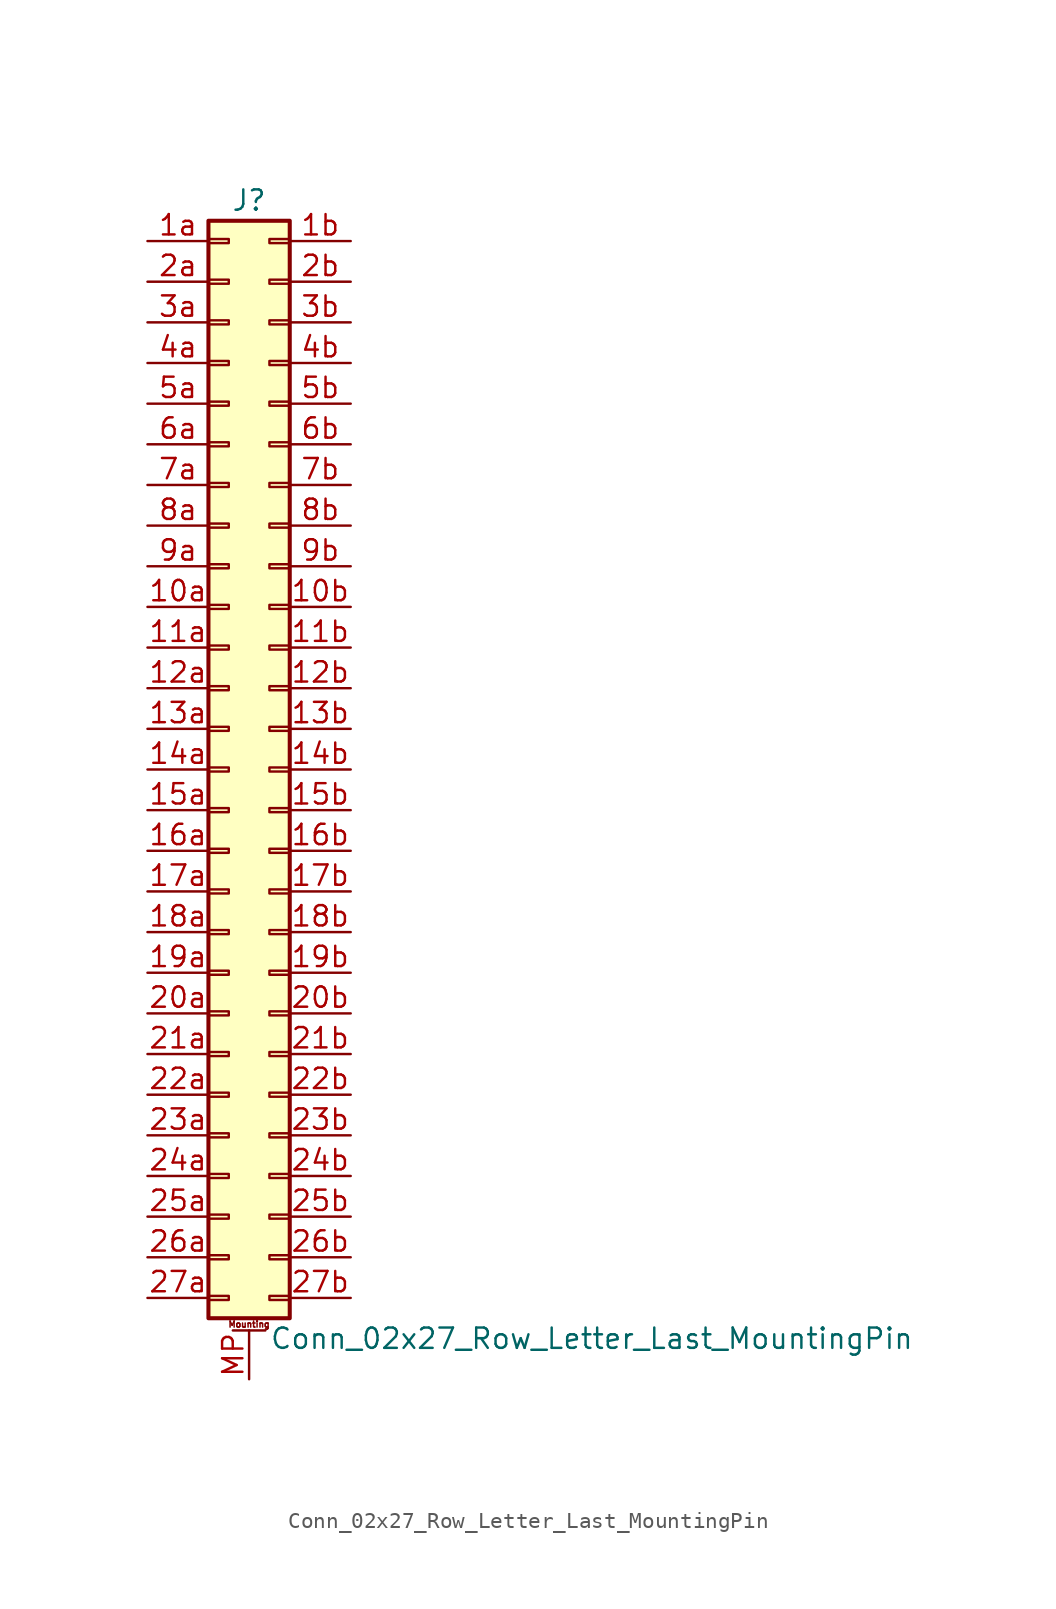
<source format=kicad_sym>
(kicad_symbol_lib
  (version 20201005)
  (generator kicad_symbol_editor)
  (symbol "Conn_02x27_Row_Letter_Last_MountingPin"
    (pin_names
      (offset 1.016) hide)
    (property "Reference" "J"
      (at 1.27 35.56 0)
      (effects (font (size 1.27 1.27))))
    (property "Value" "Conn_02x27_Row_Letter_Last_MountingPin"
      (at 2.54 -35.56 0)
      (effects (font (size 1.27 1.27)) (justify left)))
    (symbol "Conn_02x27_Row_Letter_Last_MountingPin_1_1"
      (text "Mounting" (at 1.27 -34.671 0) (effects (font (size 0.381 0.381))))
      (rectangle (start -1.27 -32.893) (end 0 -33.147) (stroke (width 0.152)) (fill (type none)))
      (rectangle (start -1.27 -30.353) (end 0 -30.607) (stroke (width 0.152)) (fill (type none)))
      (rectangle (start -1.27 -27.813) (end 0 -28.067) (stroke (width 0.152)) (fill (type none)))
      (rectangle (start -1.27 -25.273) (end 0 -25.527) (stroke (width 0.152)) (fill (type none)))
      (rectangle (start -1.27 -22.733) (end 0 -22.987) (stroke (width 0.152)) (fill (type none)))
      (rectangle (start -1.27 -20.193) (end 0 -20.447) (stroke (width 0.152)) (fill (type none)))
      (rectangle (start -1.27 -17.653) (end 0 -17.907) (stroke (width 0.152)) (fill (type none)))
      (rectangle (start -1.27 -15.113) (end 0 -15.367) (stroke (width 0.152)) (fill (type none)))
      (rectangle (start -1.27 -12.573) (end 0 -12.827) (stroke (width 0.152)) (fill (type none)))
      (rectangle (start -1.27 -10.033) (end 0 -10.287) (stroke (width 0.152)) (fill (type none)))
      (rectangle (start -1.27 -7.493) (end 0 -7.747) (stroke (width 0.152)) (fill (type none)))
      (rectangle (start -1.27 -4.953) (end 0 -5.207) (stroke (width 0.152)) (fill (type none)))
      (rectangle (start -1.27 -2.413) (end 0 -2.667) (stroke (width 0.152)) (fill (type none)))
      (rectangle (start -1.27 0.127) (end 0 -0.127) (stroke (width 0.152)) (fill (type none)))
      (rectangle (start -1.27 2.667) (end 0 2.413) (stroke (width 0.152)) (fill (type none)))
      (rectangle (start -1.27 5.207) (end 0 4.953) (stroke (width 0.152)) (fill (type none)))
      (rectangle (start -1.27 7.747) (end 0 7.493) (stroke (width 0.152)) (fill (type none)))
      (rectangle (start -1.27 10.287) (end 0 10.033) (stroke (width 0.152)) (fill (type none)))
      (rectangle (start -1.27 12.827) (end 0 12.573) (stroke (width 0.152)) (fill (type none)))
      (rectangle (start -1.27 15.367) (end 0 15.113) (stroke (width 0.152)) (fill (type none)))
      (rectangle (start -1.27 17.907) (end 0 17.653) (stroke (width 0.152)) (fill (type none)))
      (rectangle (start -1.27 20.447) (end 0 20.193) (stroke (width 0.152)) (fill (type none)))
      (rectangle (start -1.27 22.987) (end 0 22.733) (stroke (width 0.152)) (fill (type none)))
      (rectangle (start -1.27 25.527) (end 0 25.273) (stroke (width 0.152)) (fill (type none)))
      (rectangle (start -1.27 28.067) (end 0 27.813) (stroke (width 0.152)) (fill (type none)))
      (rectangle (start -1.27 30.607) (end 0 30.353) (stroke (width 0.152)) (fill (type none)))
      (rectangle (start -1.27 33.147) (end 0 32.893) (stroke (width 0.152)) (fill (type none)))
      (rectangle (start -1.27 34.29) (end 3.81 -34.29) (stroke (width 0.254)) (fill (type background)))
      (rectangle (start 3.81 -32.893) (end 2.54 -33.147) (stroke (width 0.152)) (fill (type none)))
      (rectangle (start 3.81 -30.353) (end 2.54 -30.607) (stroke (width 0.152)) (fill (type none)))
      (rectangle (start 3.81 -27.813) (end 2.54 -28.067) (stroke (width 0.152)) (fill (type none)))
      (rectangle (start 3.81 -25.273) (end 2.54 -25.527) (stroke (width 0.152)) (fill (type none)))
      (rectangle (start 3.81 -22.733) (end 2.54 -22.987) (stroke (width 0.152)) (fill (type none)))
      (rectangle (start 3.81 -20.193) (end 2.54 -20.447) (stroke (width 0.152)) (fill (type none)))
      (rectangle (start 3.81 -17.653) (end 2.54 -17.907) (stroke (width 0.152)) (fill (type none)))
      (rectangle (start 3.81 -15.113) (end 2.54 -15.367) (stroke (width 0.152)) (fill (type none)))
      (rectangle (start 3.81 -12.573) (end 2.54 -12.827) (stroke (width 0.152)) (fill (type none)))
      (rectangle (start 3.81 -10.033) (end 2.54 -10.287) (stroke (width 0.152)) (fill (type none)))
      (rectangle (start 3.81 -7.493) (end 2.54 -7.747) (stroke (width 0.152)) (fill (type none)))
      (rectangle (start 3.81 -4.953) (end 2.54 -5.207) (stroke (width 0.152)) (fill (type none)))
      (rectangle (start 3.81 -2.413) (end 2.54 -2.667) (stroke (width 0.152)) (fill (type none)))
      (rectangle (start 3.81 0.127) (end 2.54 -0.127) (stroke (width 0.152)) (fill (type none)))
      (rectangle (start 3.81 2.667) (end 2.54 2.413) (stroke (width 0.152)) (fill (type none)))
      (rectangle (start 3.81 5.207) (end 2.54 4.953) (stroke (width 0.152)) (fill (type none)))
      (rectangle (start 3.81 7.747) (end 2.54 7.493) (stroke (width 0.152)) (fill (type none)))
      (rectangle (start 3.81 10.287) (end 2.54 10.033) (stroke (width 0.152)) (fill (type none)))
      (rectangle (start 3.81 12.827) (end 2.54 12.573) (stroke (width 0.152)) (fill (type none)))
      (rectangle (start 3.81 15.367) (end 2.54 15.113) (stroke (width 0.152)) (fill (type none)))
      (rectangle (start 3.81 17.907) (end 2.54 17.653) (stroke (width 0.152)) (fill (type none)))
      (rectangle (start 3.81 20.447) (end 2.54 20.193) (stroke (width 0.152)) (fill (type none)))
      (rectangle (start 3.81 22.987) (end 2.54 22.733) (stroke (width 0.152)) (fill (type none)))
      (rectangle (start 3.81 25.527) (end 2.54 25.273) (stroke (width 0.152)) (fill (type none)))
      (rectangle (start 3.81 28.067) (end 2.54 27.813) (stroke (width 0.152)) (fill (type none)))
      (rectangle (start 3.81 30.607) (end 2.54 30.353) (stroke (width 0.152)) (fill (type none)))
      (rectangle (start 3.81 33.147) (end 2.54 32.893) (stroke (width 0.152)) (fill (type none)))
      (polyline (pts (xy 0.254 -35.052) (xy 2.286 -35.052)) (stroke (width 0.152)) (fill (type none)))
      (pin passive line (at -5.08 10.16 0) (length 3.81) (name "Pin_10a" (effects (font (size 1.27 1.27)))) (number "10a" (effects (font (size 1.27 1.27)))))
      (pin passive line (at 7.62 10.16 180) (length 3.81) (name "Pin_10b" (effects (font (size 1.27 1.27)))) (number "10b" (effects (font (size 1.27 1.27)))))
      (pin passive line (at -5.08 7.62 0) (length 3.81) (name "Pin_11a" (effects (font (size 1.27 1.27)))) (number "11a" (effects (font (size 1.27 1.27)))))
      (pin passive line (at 7.62 7.62 180) (length 3.81) (name "Pin_11b" (effects (font (size 1.27 1.27)))) (number "11b" (effects (font (size 1.27 1.27)))))
      (pin passive line (at -5.08 5.08 0) (length 3.81) (name "Pin_12a" (effects (font (size 1.27 1.27)))) (number "12a" (effects (font (size 1.27 1.27)))))
      (pin passive line (at 7.62 5.08 180) (length 3.81) (name "Pin_12b" (effects (font (size 1.27 1.27)))) (number "12b" (effects (font (size 1.27 1.27)))))
      (pin passive line (at -5.08 2.54 0) (length 3.81) (name "Pin_13a" (effects (font (size 1.27 1.27)))) (number "13a" (effects (font (size 1.27 1.27)))))
      (pin passive line (at 7.62 2.54 180) (length 3.81) (name "Pin_13b" (effects (font (size 1.27 1.27)))) (number "13b" (effects (font (size 1.27 1.27)))))
      (pin passive line (at -5.08 0 0) (length 3.81) (name "Pin_14a" (effects (font (size 1.27 1.27)))) (number "14a" (effects (font (size 1.27 1.27)))))
      (pin passive line (at 7.62 0 180) (length 3.81) (name "Pin_14b" (effects (font (size 1.27 1.27)))) (number "14b" (effects (font (size 1.27 1.27)))))
      (pin passive line (at -5.08 -2.54 0) (length 3.81) (name "Pin_15a" (effects (font (size 1.27 1.27)))) (number "15a" (effects (font (size 1.27 1.27)))))
      (pin passive line (at 7.62 -2.54 180) (length 3.81) (name "Pin_15b" (effects (font (size 1.27 1.27)))) (number "15b" (effects (font (size 1.27 1.27)))))
      (pin passive line (at -5.08 -5.08 0) (length 3.81) (name "Pin_16a" (effects (font (size 1.27 1.27)))) (number "16a" (effects (font (size 1.27 1.27)))))
      (pin passive line (at 7.62 -5.08 180) (length 3.81) (name "Pin_16b" (effects (font (size 1.27 1.27)))) (number "16b" (effects (font (size 1.27 1.27)))))
      (pin passive line (at -5.08 -7.62 0) (length 3.81) (name "Pin_17a" (effects (font (size 1.27 1.27)))) (number "17a" (effects (font (size 1.27 1.27)))))
      (pin passive line (at 7.62 -7.62 180) (length 3.81) (name "Pin_17b" (effects (font (size 1.27 1.27)))) (number "17b" (effects (font (size 1.27 1.27)))))
      (pin passive line (at -5.08 -10.16 0) (length 3.81) (name "Pin_18a" (effects (font (size 1.27 1.27)))) (number "18a" (effects (font (size 1.27 1.27)))))
      (pin passive line (at 7.62 -10.16 180) (length 3.81) (name "Pin_18b" (effects (font (size 1.27 1.27)))) (number "18b" (effects (font (size 1.27 1.27)))))
      (pin passive line (at -5.08 -12.7 0) (length 3.81) (name "Pin_19a" (effects (font (size 1.27 1.27)))) (number "19a" (effects (font (size 1.27 1.27)))))
      (pin passive line (at 7.62 -12.7 180) (length 3.81) (name "Pin_19b" (effects (font (size 1.27 1.27)))) (number "19b" (effects (font (size 1.27 1.27)))))
      (pin passive line (at -5.08 33.02 0) (length 3.81) (name "Pin_1a" (effects (font (size 1.27 1.27)))) (number "1a" (effects (font (size 1.27 1.27)))))
      (pin passive line (at 7.62 33.02 180) (length 3.81) (name "Pin_1b" (effects (font (size 1.27 1.27)))) (number "1b" (effects (font (size 1.27 1.27)))))
      (pin passive line (at -5.08 -15.24 0) (length 3.81) (name "Pin_20a" (effects (font (size 1.27 1.27)))) (number "20a" (effects (font (size 1.27 1.27)))))
      (pin passive line (at 7.62 -15.24 180) (length 3.81) (name "Pin_20b" (effects (font (size 1.27 1.27)))) (number "20b" (effects (font (size 1.27 1.27)))))
      (pin passive line (at -5.08 -17.78 0) (length 3.81) (name "Pin_21a" (effects (font (size 1.27 1.27)))) (number "21a" (effects (font (size 1.27 1.27)))))
      (pin passive line (at 7.62 -17.78 180) (length 3.81) (name "Pin_21b" (effects (font (size 1.27 1.27)))) (number "21b" (effects (font (size 1.27 1.27)))))
      (pin passive line (at -5.08 -20.32 0) (length 3.81) (name "Pin_22a" (effects (font (size 1.27 1.27)))) (number "22a" (effects (font (size 1.27 1.27)))))
      (pin passive line (at 7.62 -20.32 180) (length 3.81) (name "Pin_22b" (effects (font (size 1.27 1.27)))) (number "22b" (effects (font (size 1.27 1.27)))))
      (pin passive line (at -5.08 -22.86 0) (length 3.81) (name "Pin_23a" (effects (font (size 1.27 1.27)))) (number "23a" (effects (font (size 1.27 1.27)))))
      (pin passive line (at 7.62 -22.86 180) (length 3.81) (name "Pin_23b" (effects (font (size 1.27 1.27)))) (number "23b" (effects (font (size 1.27 1.27)))))
      (pin passive line (at -5.08 -25.4 0) (length 3.81) (name "Pin_24a" (effects (font (size 1.27 1.27)))) (number "24a" (effects (font (size 1.27 1.27)))))
      (pin passive line (at 7.62 -25.4 180) (length 3.81) (name "Pin_24b" (effects (font (size 1.27 1.27)))) (number "24b" (effects (font (size 1.27 1.27)))))
      (pin passive line (at -5.08 -27.94 0) (length 3.81) (name "Pin_25a" (effects (font (size 1.27 1.27)))) (number "25a" (effects (font (size 1.27 1.27)))))
      (pin passive line (at 7.62 -27.94 180) (length 3.81) (name "Pin_25b" (effects (font (size 1.27 1.27)))) (number "25b" (effects (font (size 1.27 1.27)))))
      (pin passive line (at -5.08 -30.48 0) (length 3.81) (name "Pin_26a" (effects (font (size 1.27 1.27)))) (number "26a" (effects (font (size 1.27 1.27)))))
      (pin passive line (at 7.62 -30.48 180) (length 3.81) (name "Pin_26b" (effects (font (size 1.27 1.27)))) (number "26b" (effects (font (size 1.27 1.27)))))
      (pin passive line (at -5.08 -33.02 0) (length 3.81) (name "Pin_27a" (effects (font (size 1.27 1.27)))) (number "27a" (effects (font (size 1.27 1.27)))))
      (pin passive line (at 7.62 -33.02 180) (length 3.81) (name "Pin_27b" (effects (font (size 1.27 1.27)))) (number "27b" (effects (font (size 1.27 1.27)))))
      (pin passive line (at -5.08 30.48 0) (length 3.81) (name "Pin_2a" (effects (font (size 1.27 1.27)))) (number "2a" (effects (font (size 1.27 1.27)))))
      (pin passive line (at 7.62 30.48 180) (length 3.81) (name "Pin_2b" (effects (font (size 1.27 1.27)))) (number "2b" (effects (font (size 1.27 1.27)))))
      (pin passive line (at -5.08 27.94 0) (length 3.81) (name "Pin_3a" (effects (font (size 1.27 1.27)))) (number "3a" (effects (font (size 1.27 1.27)))))
      (pin passive line (at 7.62 27.94 180) (length 3.81) (name "Pin_3b" (effects (font (size 1.27 1.27)))) (number "3b" (effects (font (size 1.27 1.27)))))
      (pin passive line (at -5.08 25.4 0) (length 3.81) (name "Pin_4a" (effects (font (size 1.27 1.27)))) (number "4a" (effects (font (size 1.27 1.27)))))
      (pin passive line (at 7.62 25.4 180) (length 3.81) (name "Pin_4b" (effects (font (size 1.27 1.27)))) (number "4b" (effects (font (size 1.27 1.27)))))
      (pin passive line (at -5.08 22.86 0) (length 3.81) (name "Pin_5a" (effects (font (size 1.27 1.27)))) (number "5a" (effects (font (size 1.27 1.27)))))
      (pin passive line (at 7.62 22.86 180) (length 3.81) (name "Pin_5b" (effects (font (size 1.27 1.27)))) (number "5b" (effects (font (size 1.27 1.27)))))
      (pin passive line (at -5.08 20.32 0) (length 3.81) (name "Pin_6a" (effects (font (size 1.27 1.27)))) (number "6a" (effects (font (size 1.27 1.27)))))
      (pin passive line (at 7.62 20.32 180) (length 3.81) (name "Pin_6b" (effects (font (size 1.27 1.27)))) (number "6b" (effects (font (size 1.27 1.27)))))
      (pin passive line (at -5.08 17.78 0) (length 3.81) (name "Pin_7a" (effects (font (size 1.27 1.27)))) (number "7a" (effects (font (size 1.27 1.27)))))
      (pin passive line (at 7.62 17.78 180) (length 3.81) (name "Pin_7b" (effects (font (size 1.27 1.27)))) (number "7b" (effects (font (size 1.27 1.27)))))
      (pin passive line (at -5.08 15.24 0) (length 3.81) (name "Pin_8a" (effects (font (size 1.27 1.27)))) (number "8a" (effects (font (size 1.27 1.27)))))
      (pin passive line (at 7.62 15.24 180) (length 3.81) (name "Pin_8b" (effects (font (size 1.27 1.27)))) (number "8b" (effects (font (size 1.27 1.27)))))
      (pin passive line (at -5.08 12.7 0) (length 3.81) (name "Pin_9a" (effects (font (size 1.27 1.27)))) (number "9a" (effects (font (size 1.27 1.27)))))
      (pin passive line (at 7.62 12.7 180) (length 3.81) (name "Pin_9b" (effects (font (size 1.27 1.27)))) (number "9b" (effects (font (size 1.27 1.27)))))
      (pin passive line (at 1.27 -38.1 90) (length 3.048) (name "MountPin" (effects (font (size 1.27 1.27)))) (number "MP" (effects (font (size 1.27 1.27))))))))
</source>
